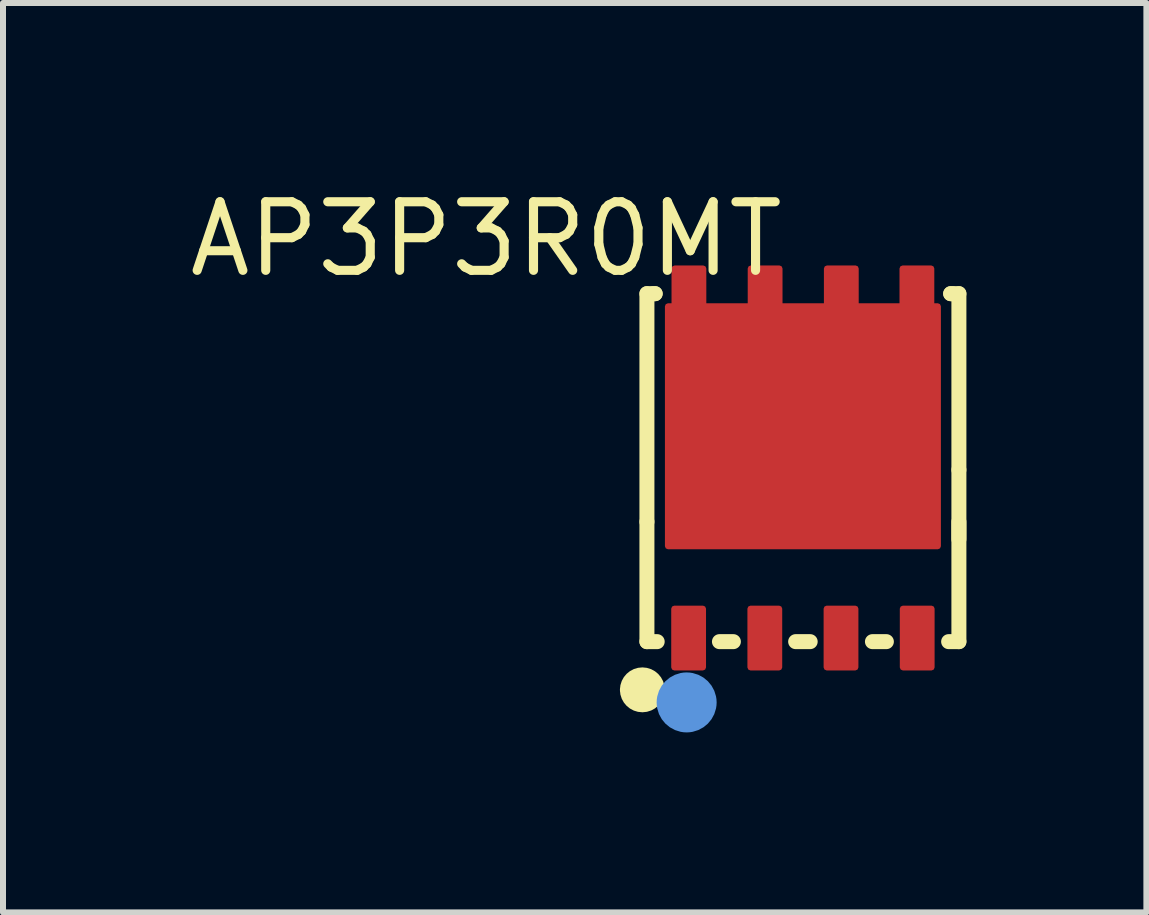
<source format=kicad_pcb>
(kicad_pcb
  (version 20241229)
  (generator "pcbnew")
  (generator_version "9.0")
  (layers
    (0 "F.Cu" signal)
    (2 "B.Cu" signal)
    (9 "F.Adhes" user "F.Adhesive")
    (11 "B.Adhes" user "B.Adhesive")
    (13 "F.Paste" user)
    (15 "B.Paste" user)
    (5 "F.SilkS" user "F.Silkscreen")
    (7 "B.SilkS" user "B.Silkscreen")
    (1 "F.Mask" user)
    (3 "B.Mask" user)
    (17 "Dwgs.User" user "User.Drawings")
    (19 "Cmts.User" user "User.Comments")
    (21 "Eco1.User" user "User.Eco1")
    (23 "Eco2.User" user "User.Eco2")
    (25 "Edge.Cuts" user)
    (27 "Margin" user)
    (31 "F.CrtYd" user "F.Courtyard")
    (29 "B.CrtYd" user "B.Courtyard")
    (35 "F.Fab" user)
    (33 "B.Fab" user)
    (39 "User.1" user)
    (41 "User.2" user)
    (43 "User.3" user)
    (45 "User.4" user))
  (footprint "AP3P3R0MT"
    (layer "F.Cu")
    (at 10.333 4.75)
    (property "Reference" "AP3P3R0MT" (at -0.254 -3.815 180) (layer "F.SilkS") (effects (font (size 1.143 1.143) (thickness 0.152)) (justify right)))
    (attr smd)
    (fp_line (start -2.6 -2.905) (end -2.6 0.897) (stroke (width 0.25) (type solid)) (layer "F.SilkS"))
    (fp_line (start -2.6 -2.905) (end -2.463 -2.905) (stroke (width 0.25) (type solid)) (layer "F.SilkS"))
    (fp_line (start -2.6 2.895) (end -2.6 0.897) (stroke (width 0.25) (type solid)) (layer "F.SilkS"))
    (fp_line (start -2.6 2.895) (end -2.429 2.895) (stroke (width 0.25) (type solid)) (layer "F.SilkS"))
    (fp_line (start -2.5 -2.905) (end -2.463 -2.905) (stroke (width 0.25) (type solid)) (layer "F.SilkS"))
    (fp_line (start -1.391 2.895) (end -1.159 2.895) (stroke (width 0.25) (type solid)) (layer "F.SilkS"))
    (fp_line (start -0.121 2.895) (end 0.121 2.895) (stroke (width 0.25) (type solid)) (layer "F.SilkS"))
    (fp_line (start 1.159 2.895) (end 1.391 2.895) (stroke (width 0.25) (type solid)) (layer "F.SilkS"))
    (fp_line (start 2.429 2.895) (end 2.6 2.895) (stroke (width 0.25) (type solid)) (layer "F.SilkS"))
    (fp_line (start 2.463 -2.905) (end 2.5 -2.905) (stroke (width 0.25) (type solid)) (layer "F.SilkS"))
    (fp_line (start 2.463 -2.905) (end 2.6 -2.905) (stroke (width 0.25) (type solid)) (layer "F.SilkS"))
    (fp_line (start 2.6 -2.905) (end 2.6 0.032) (stroke (width 0.25) (type solid)) (layer "F.SilkS"))
    (fp_line (start 2.6 0.032) (end 2.6 1.188) (stroke (width 0.25) (type solid)) (layer "F.SilkS"))
    (fp_line (start 2.6 0.897) (end 2.6 2.895) (stroke (width 0.25) (type solid)) (layer "F.SilkS"))
    (fp_arc (start -2.8 3.697) (mid -2.551986 3.699735) (end -2.800015 3.69953) (stroke (width 0.5) (type solid)) (layer "F.SilkS"))
    (fp_poly (pts (xy -1.615 3.374) (xy -2.195 3.374) (xy -2.195 2.295) (xy -1.615 2.295)) (stroke (width 0) (type solid)) (fill yes) (layer "F.Paste"))
    (fp_poly (pts (xy -0.345 3.374) (xy -0.925 3.374) (xy -0.925 2.295) (xy -0.345 2.295)) (stroke (width 0) (type solid)) (fill yes) (layer "F.Paste"))
    (fp_poly (pts (xy 0.925 3.374) (xy 0.345 3.374) (xy 0.345 2.295) (xy 0.925 2.295)) (stroke (width 0) (type solid)) (fill yes) (layer "F.Paste"))
    (fp_poly (pts (xy 2.195 3.374) (xy 1.615 3.374) (xy 1.615 2.295) (xy 2.195 2.295)) (stroke (width 0) (type solid)) (fill yes) (layer "F.Paste"))
    (fp_poly (pts (xy -1.61 -2.745) (xy -1.61 -3.375) (xy -2.19 -3.375) (xy -2.19 -2.745) (xy -2.3 -2.745) (xy -2.3 1.355) (xy 2.3 1.355) (xy 2.3 -2.745) (xy 2.19 -2.745) (xy 2.19 -3.375) (xy 1.61 -3.375) (xy 1.61 -2.745) (xy 0.93 -2.745) (xy 0.93 -3.375) (xy 0.35 -3.375) (xy 0.35 -2.745) (xy -0.34 -2.745) (xy -0.34 -3.375) (xy -0.92 -3.375) (xy -0.92 -2.745)) (stroke (width 0) (type solid)) (fill yes) (layer "F.Paste"))
    (fp_circle (center -1.938 3.908) (end -1.688 3.908) (stroke (width 0.5) (type solid)) (fill no) (layer "Cmts.User"))
    (pad "1" smd custom (at -1.905 2.835 180) (size 0.000002 0.000002) (layers "F.Cu" "F.Mask" "F.Paste") (options (anchor rect)) (primitives (gr_poly (pts (xy 0.24 0.49) (xy -0.24 0.49) (xy -0.24 -0.49) (xy 0.24 -0.49)) (width 0.1) (fill yes))))
    (pad "2" smd custom (at -0.635 2.835 180) (size 0.000002 0.000002) (layers "F.Cu" "F.Mask" "F.Paste") (options (anchor rect)) (primitives (gr_poly (pts (xy 0.24 0.49) (xy -0.24 0.49) (xy -0.24 -0.49) (xy 0.24 -0.49)) (width 0.1) (fill yes))))
    (pad "3" smd custom (at 0.635 2.835 180) (size 0.000002 0.000002) (layers "F.Cu" "F.Mask" "F.Paste") (options (anchor rect)) (primitives (gr_poly (pts (xy 0.24 0.49) (xy -0.24 0.49) (xy -0.24 -0.49) (xy 0.24 -0.49)) (width 0.1) (fill yes))))
    (pad "4" smd custom (at 1.905 2.835 180) (size 0.000002 0.000002) (layers "F.Cu" "F.Mask" "F.Paste") (options (anchor rect)) (primitives (gr_poly (pts (xy 0.24 0.49) (xy -0.24 0.49) (xy -0.24 -0.49) (xy 0.24 -0.49)) (width 0.1) (fill yes))))
    (pad "5" smd custom (at 1.9 -2.835) (size 0.000002 0.000002) (layers "F.Cu" "F.Mask" "F.Paste") (options (anchor rect)) (primitives (gr_poly (pts (xy 0.24 0.49) (xy -0.24 0.49) (xy -0.24 -0.49) (xy 0.24 -0.49)) (width 0.1) (fill yes))))
    (pad "6" smd custom (at 0.64 -2.835) (size 0.000002 0.000002) (layers "F.Cu" "F.Mask" "F.Paste") (options (anchor rect)) (primitives (gr_poly (pts (xy 0.24 0.49) (xy -0.24 0.49) (xy -0.24 -0.49) (xy 0.24 -0.49)) (width 0.1) (fill yes))))
    (pad "7" smd custom (at -0.63 -2.835) (size 0.000002 0.000002) (layers "F.Cu" "F.Mask" "F.Paste") (options (anchor rect)) (primitives (gr_poly (pts (xy 0.24 0.49) (xy -0.24 0.49) (xy -0.24 -0.49) (xy 0.24 -0.49)) (width 0.1) (fill yes))))
    (pad "8" smd custom (at -1.9 -2.835) (size 0.000002 0.000002) (layers "F.Cu" "F.Mask" "F.Paste") (options (anchor rect)) (primitives (gr_poly (pts (xy 0.24 0.49) (xy -0.24 0.49) (xy -0.24 -0.49) (xy 0.24 -0.49)) (width 0.1) (fill yes))))
    (pad "9" smd custom (at 0 -0.695) (size 0.000002 0.000002) (layers "F.Cu" "F.Mask" "F.Paste") (options (anchor rect)) (primitives (gr_poly (pts (xy 2.25 2) (xy -2.25 2) (xy -2.25 -2) (xy 2.25 -2)) (width 0.1) (fill yes)))))
  (gr_rect
    (start -3 -3)
    (end 16.058 12.158)
    (stroke (width 0.1) (type default))
    (fill no)
    (layer "Edge.Cuts")))
</source>
